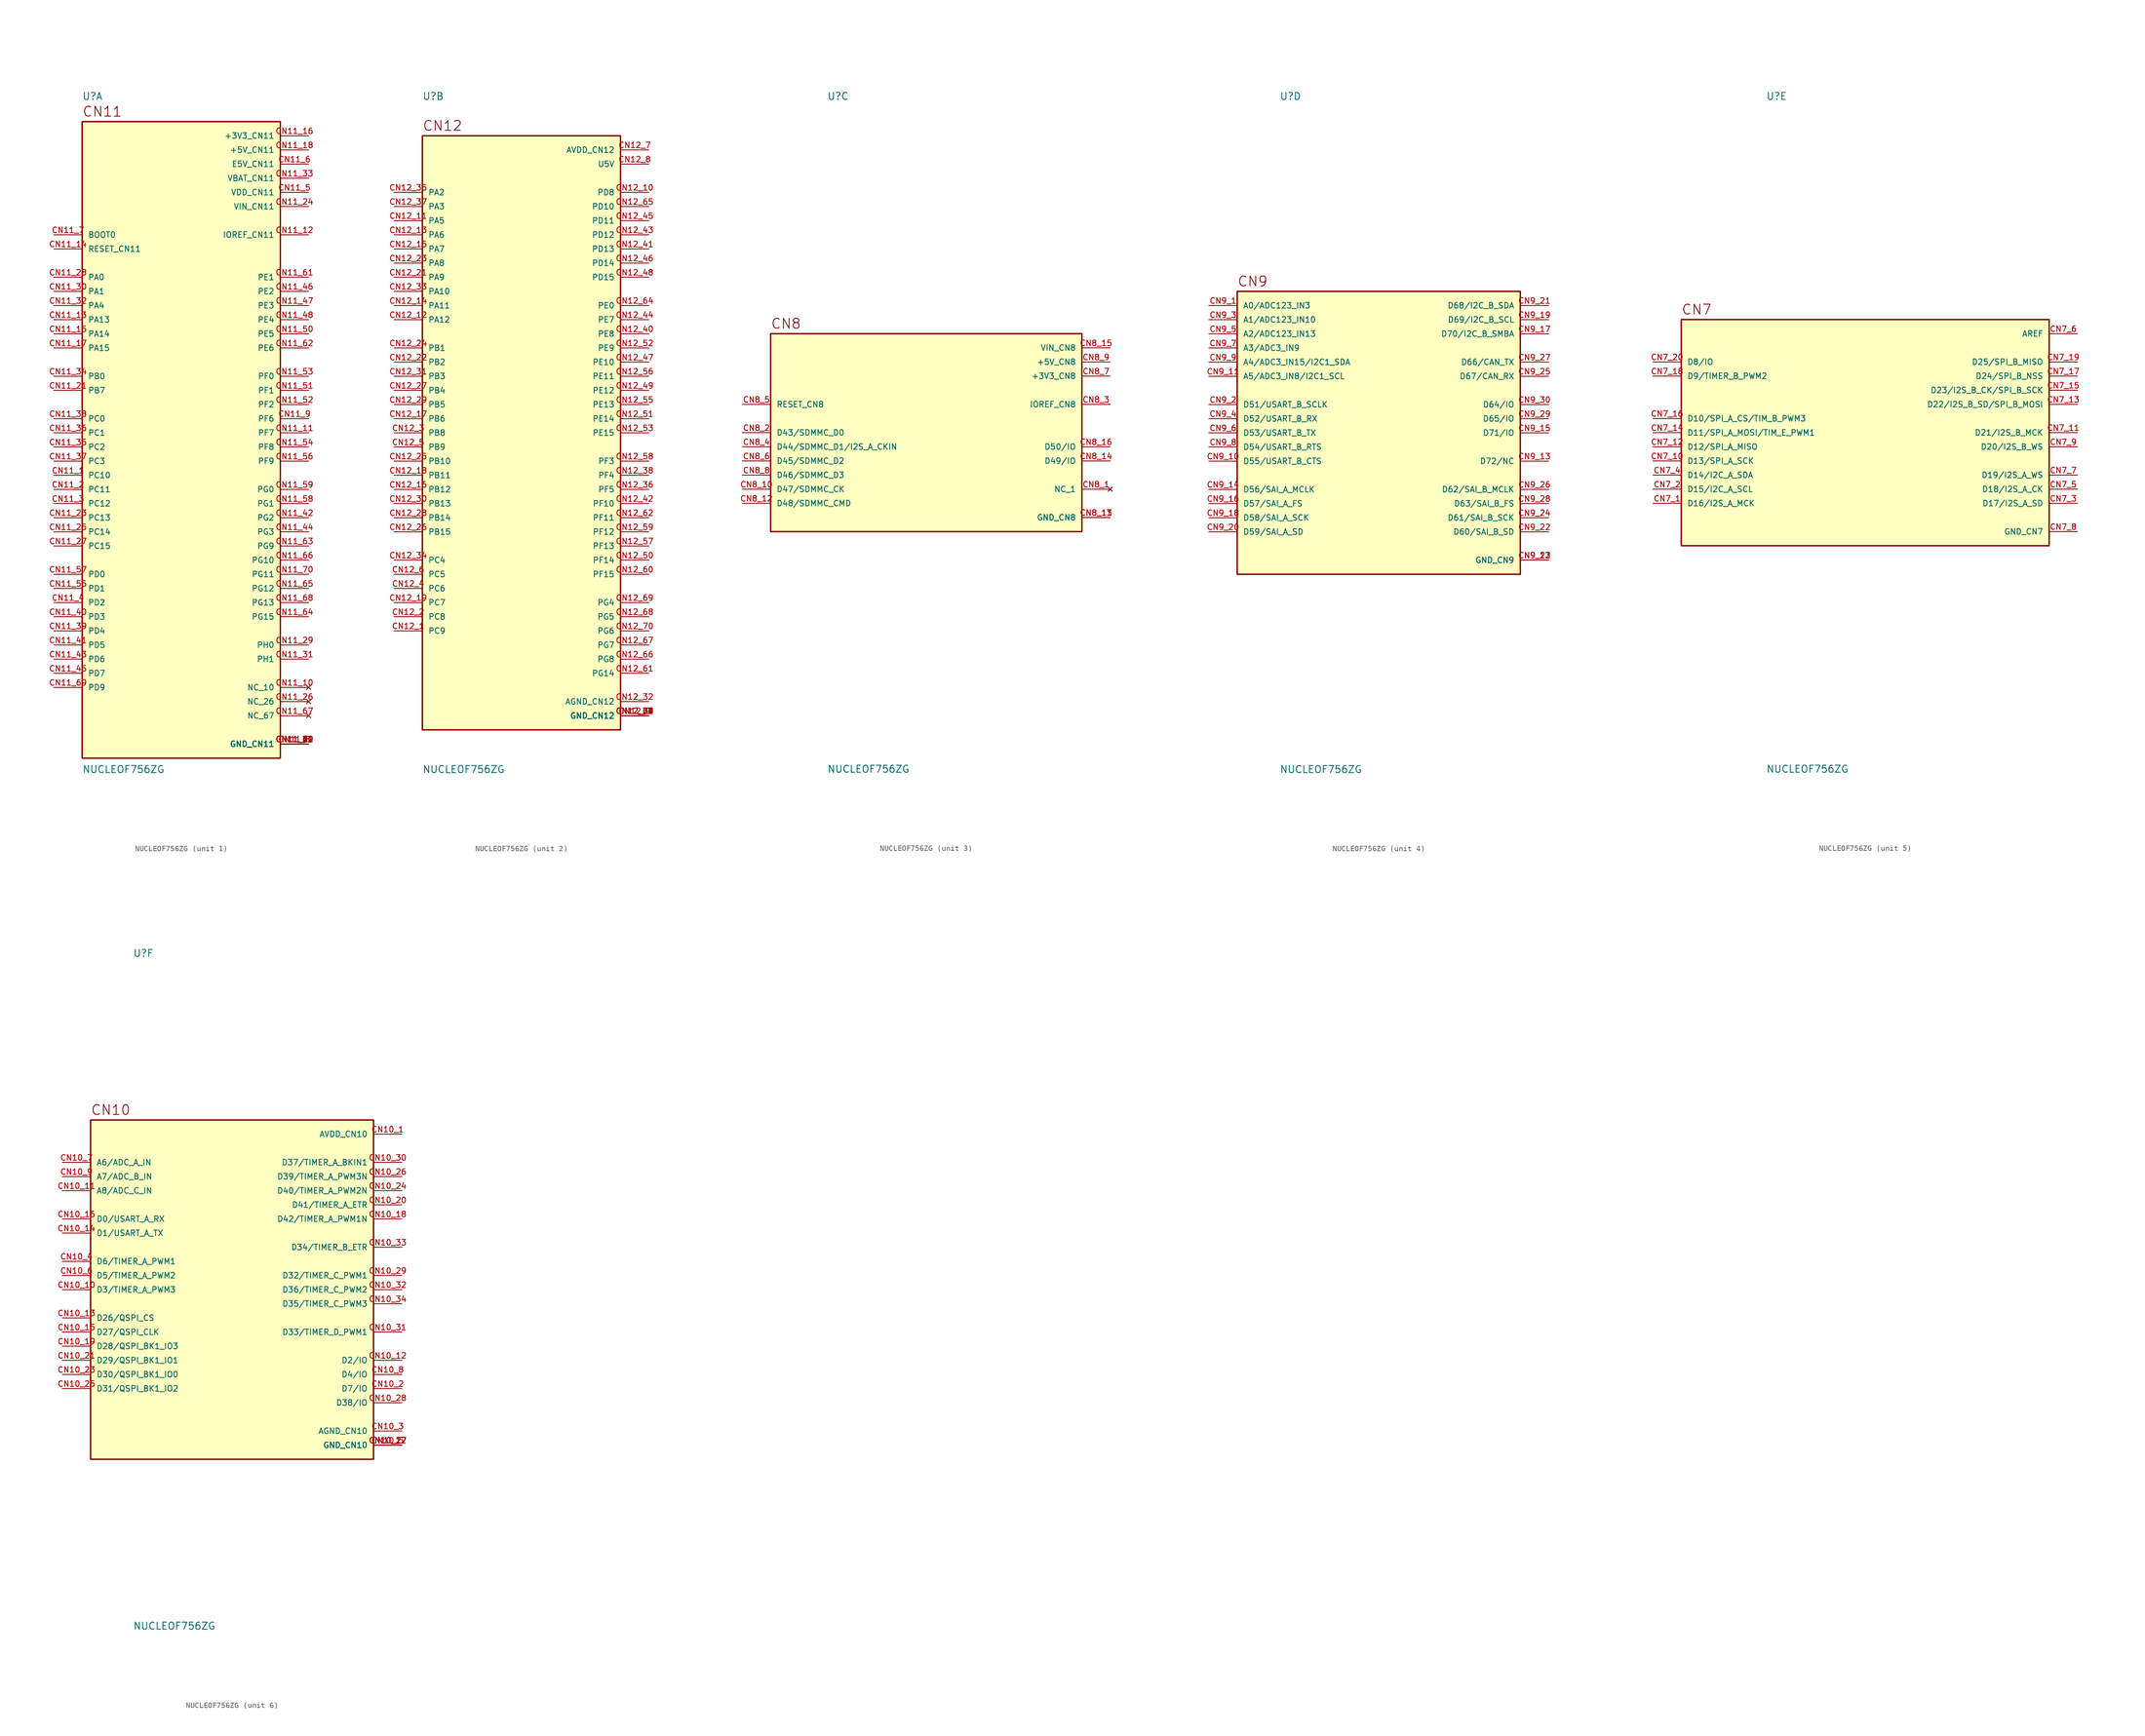
<source format=kicad_sym>
(kicad_symbol_lib
  (version 20211014)
  (generator kicad_symbol_editor)
  (symbol "NUCLEOF756ZG"
    (pin_names
      (offset 1.016))
    (property "Reference" "U"
      (at -17.78 59.69 0)
      (effects (font (size 1.27 1.27)) (justify bottom left)))
    (property "Value" "NUCLEOF756ZG"
      (at -17.78 -59.69 0.0)
      (effects (font (size 1.27 1.27)) (justify top left)))
    (symbol "NUCLEOF756ZG_1_0"
      (text "CN11" (at -17.78 56.642 0) (effects (font (size 1.778 1.778)) (justify bottom left)))
      (rectangle (start -17.78 -58.42) (end 17.78 55.88) (stroke (width 0.254)) (fill (type background)))
      (pin bidirectional line (at -22.86 -7.62 0) (length 5.08) (name "PC10" (effects (font (size 1.016 1.016)))) (number "CN11_1" (effects (font (size 1.016 1.016)))))
      (pin bidirectional line (at -22.86 -10.16 0) (length 5.08) (name "PC11" (effects (font (size 1.016 1.016)))) (number "CN11_2" (effects (font (size 1.016 1.016)))))
      (pin bidirectional line (at -22.86 -12.7 0) (length 5.08) (name "PC12" (effects (font (size 1.016 1.016)))) (number "CN11_3" (effects (font (size 1.016 1.016)))))
      (pin bidirectional line (at -22.86 -30.48 0) (length 5.08) (name "PD2" (effects (font (size 1.016 1.016)))) (number "CN11_4" (effects (font (size 1.016 1.016)))))
      (pin power_in line (at 22.86 43.18 180.0) (length 5.08) (name "VDD_CN11" (effects (font (size 1.016 1.016)))) (number "CN11_5" (effects (font (size 1.016 1.016)))))
      (pin power_in line (at 22.86 48.26 180.0) (length 5.08) (name "E5V_CN11" (effects (font (size 1.016 1.016)))) (number "CN11_6" (effects (font (size 1.016 1.016)))))
      (pin bidirectional line (at -22.86 35.56 0) (length 5.08) (name "BOOT0" (effects (font (size 1.016 1.016)))) (number "CN11_7" (effects (font (size 1.016 1.016)))))
      (pin power_in line (at 22.86 -55.88 180.0) (length 5.08) (name "GND_CN11" (effects (font (size 1.016 1.016)))) (number "CN11_8" (effects (font (size 1.016 1.016)))))
      (pin power_in line (at 22.86 -55.88 180.0) (length 5.08) (name "GND_CN11" (effects (font (size 1.016 1.016)))) (number "CN11_19" (effects (font (size 1.016 1.016)))))
      (pin power_in line (at 22.86 -55.88 180.0) (length 5.08) (name "GND_CN11" (effects (font (size 1.016 1.016)))) (number "CN11_20" (effects (font (size 1.016 1.016)))))
      (pin power_in line (at 22.86 -55.88 180.0) (length 5.08) (name "GND_CN11" (effects (font (size 1.016 1.016)))) (number "CN11_22" (effects (font (size 1.016 1.016)))))
      (pin power_in line (at 22.86 -55.88 180.0) (length 5.08) (name "GND_CN11" (effects (font (size 1.016 1.016)))) (number "CN11_49" (effects (font (size 1.016 1.016)))))
      (pin power_in line (at 22.86 -55.88 180.0) (length 5.08) (name "GND_CN11" (effects (font (size 1.016 1.016)))) (number "CN11_60" (effects (font (size 1.016 1.016)))))
      (pin power_in line (at 22.86 -55.88 180.0) (length 5.08) (name "GND_CN11" (effects (font (size 1.016 1.016)))) (number "CN11_71" (effects (font (size 1.016 1.016)))))
      (pin power_in line (at 22.86 -55.88 180.0) (length 5.08) (name "GND_CN11" (effects (font (size 1.016 1.016)))) (number "CN11_72" (effects (font (size 1.016 1.016)))))
      (pin bidirectional line (at 22.86 2.54 180.0) (length 5.08) (name "PF6" (effects (font (size 1.016 1.016)))) (number "CN11_9" (effects (font (size 1.016 1.016)))))
      (pin bidirectional line (at 22.86 0.0 180.0) (length 5.08) (name "PF7" (effects (font (size 1.016 1.016)))) (number "CN11_11" (effects (font (size 1.016 1.016)))))
      (pin bidirectional line (at 22.86 35.56 180.0) (length 5.08) (name "IOREF_CN11" (effects (font (size 1.016 1.016)))) (number "CN11_12" (effects (font (size 1.016 1.016)))))
      (pin bidirectional line (at -22.86 20.32 0) (length 5.08) (name "PA13" (effects (font (size 1.016 1.016)))) (number "CN11_13" (effects (font (size 1.016 1.016)))))
      (pin bidirectional line (at -22.86 33.02 0) (length 5.08) (name "RESET_CN11" (effects (font (size 1.016 1.016)))) (number "CN11_14" (effects (font (size 1.016 1.016)))))
      (pin bidirectional line (at -22.86 17.78 0) (length 5.08) (name "PA14" (effects (font (size 1.016 1.016)))) (number "CN11_15" (effects (font (size 1.016 1.016)))))
      (pin power_in line (at 22.86 53.34 180.0) (length 5.08) (name "+3V3_CN11" (effects (font (size 1.016 1.016)))) (number "CN11_16" (effects (font (size 1.016 1.016)))))
      (pin bidirectional line (at -22.86 15.24 0) (length 5.08) (name "PA15" (effects (font (size 1.016 1.016)))) (number "CN11_17" (effects (font (size 1.016 1.016)))))
      (pin power_in line (at 22.86 50.8 180.0) (length 5.08) (name "+5V_CN11" (effects (font (size 1.016 1.016)))) (number "CN11_18" (effects (font (size 1.016 1.016)))))
      (pin bidirectional line (at -22.86 7.62 0) (length 5.08) (name "PB7" (effects (font (size 1.016 1.016)))) (number "CN11_21" (effects (font (size 1.016 1.016)))))
      (pin bidirectional line (at -22.86 -15.24 0) (length 5.08) (name "PC13" (effects (font (size 1.016 1.016)))) (number "CN11_23" (effects (font (size 1.016 1.016)))))
      (pin power_in line (at 22.86 40.64 180.0) (length 5.08) (name "VIN_CN11" (effects (font (size 1.016 1.016)))) (number "CN11_24" (effects (font (size 1.016 1.016)))))
      (pin bidirectional line (at -22.86 -17.78 0) (length 5.08) (name "PC14" (effects (font (size 1.016 1.016)))) (number "CN11_25" (effects (font (size 1.016 1.016)))))
      (pin bidirectional line (at -22.86 -20.32 0) (length 5.08) (name "PC15" (effects (font (size 1.016 1.016)))) (number "CN11_27" (effects (font (size 1.016 1.016)))))
      (pin bidirectional line (at -22.86 27.94 0) (length 5.08) (name "PA0" (effects (font (size 1.016 1.016)))) (number "CN11_28" (effects (font (size 1.016 1.016)))))
      (pin bidirectional line (at 22.86 -38.1 180.0) (length 5.08) (name "PH0" (effects (font (size 1.016 1.016)))) (number "CN11_29" (effects (font (size 1.016 1.016)))))
      (pin bidirectional line (at -22.86 25.4 0) (length 5.08) (name "PA1" (effects (font (size 1.016 1.016)))) (number "CN11_30" (effects (font (size 1.016 1.016)))))
      (pin bidirectional line (at 22.86 -40.64 180.0) (length 5.08) (name "PH1" (effects (font (size 1.016 1.016)))) (number "CN11_31" (effects (font (size 1.016 1.016)))))
      (pin bidirectional line (at -22.86 22.86 0) (length 5.08) (name "PA4" (effects (font (size 1.016 1.016)))) (number "CN11_32" (effects (font (size 1.016 1.016)))))
      (pin power_in line (at 22.86 45.72 180.0) (length 5.08) (name "VBAT_CN11" (effects (font (size 1.016 1.016)))) (number "CN11_33" (effects (font (size 1.016 1.016)))))
      (pin bidirectional line (at -22.86 10.16 0) (length 5.08) (name "PB0" (effects (font (size 1.016 1.016)))) (number "CN11_34" (effects (font (size 1.016 1.016)))))
      (pin bidirectional line (at -22.86 -2.54 0) (length 5.08) (name "PC2" (effects (font (size 1.016 1.016)))) (number "CN11_35" (effects (font (size 1.016 1.016)))))
      (pin bidirectional line (at -22.86 0.0 0) (length 5.08) (name "PC1" (effects (font (size 1.016 1.016)))) (number "CN11_36" (effects (font (size 1.016 1.016)))))
      (pin bidirectional line (at -22.86 -5.08 0) (length 5.08) (name "PC3" (effects (font (size 1.016 1.016)))) (number "CN11_37" (effects (font (size 1.016 1.016)))))
      (pin bidirectional line (at -22.86 2.54 0) (length 5.08) (name "PC0" (effects (font (size 1.016 1.016)))) (number "CN11_38" (effects (font (size 1.016 1.016)))))
      (pin bidirectional line (at -22.86 -35.56 0) (length 5.08) (name "PD4" (effects (font (size 1.016 1.016)))) (number "CN11_39" (effects (font (size 1.016 1.016)))))
      (pin bidirectional line (at -22.86 -33.02 0) (length 5.08) (name "PD3" (effects (font (size 1.016 1.016)))) (number "CN11_40" (effects (font (size 1.016 1.016)))))
      (pin bidirectional line (at -22.86 -38.1 0) (length 5.08) (name "PD5" (effects (font (size 1.016 1.016)))) (number "CN11_41" (effects (font (size 1.016 1.016)))))
      (pin bidirectional line (at 22.86 -15.24 180.0) (length 5.08) (name "PG2" (effects (font (size 1.016 1.016)))) (number "CN11_42" (effects (font (size 1.016 1.016)))))
      (pin bidirectional line (at -22.86 -40.64 0) (length 5.08) (name "PD6" (effects (font (size 1.016 1.016)))) (number "CN11_43" (effects (font (size 1.016 1.016)))))
      (pin bidirectional line (at 22.86 -17.78 180.0) (length 5.08) (name "PG3" (effects (font (size 1.016 1.016)))) (number "CN11_44" (effects (font (size 1.016 1.016)))))
      (pin bidirectional line (at -22.86 -43.18 0) (length 5.08) (name "PD7" (effects (font (size 1.016 1.016)))) (number "CN11_45" (effects (font (size 1.016 1.016)))))
      (pin bidirectional line (at 22.86 25.4 180.0) (length 5.08) (name "PE2" (effects (font (size 1.016 1.016)))) (number "CN11_46" (effects (font (size 1.016 1.016)))))
      (pin bidirectional line (at 22.86 22.86 180.0) (length 5.08) (name "PE3" (effects (font (size 1.016 1.016)))) (number "CN11_47" (effects (font (size 1.016 1.016)))))
      (pin bidirectional line (at 22.86 20.32 180.0) (length 5.08) (name "PE4" (effects (font (size 1.016 1.016)))) (number "CN11_48" (effects (font (size 1.016 1.016)))))
      (pin bidirectional line (at 22.86 17.78 180.0) (length 5.08) (name "PE5" (effects (font (size 1.016 1.016)))) (number "CN11_50" (effects (font (size 1.016 1.016)))))
      (pin bidirectional line (at 22.86 7.62 180.0) (length 5.08) (name "PF1" (effects (font (size 1.016 1.016)))) (number "CN11_51" (effects (font (size 1.016 1.016)))))
      (pin bidirectional line (at 22.86 5.08 180.0) (length 5.08) (name "PF2" (effects (font (size 1.016 1.016)))) (number "CN11_52" (effects (font (size 1.016 1.016)))))
      (pin bidirectional line (at 22.86 10.16 180.0) (length 5.08) (name "PF0" (effects (font (size 1.016 1.016)))) (number "CN11_53" (effects (font (size 1.016 1.016)))))
      (pin bidirectional line (at 22.86 -2.54 180.0) (length 5.08) (name "PF8" (effects (font (size 1.016 1.016)))) (number "CN11_54" (effects (font (size 1.016 1.016)))))
      (pin bidirectional line (at -22.86 -27.94 0) (length 5.08) (name "PD1" (effects (font (size 1.016 1.016)))) (number "CN11_55" (effects (font (size 1.016 1.016)))))
      (pin bidirectional line (at 22.86 -5.08 180.0) (length 5.08) (name "PF9" (effects (font (size 1.016 1.016)))) (number "CN11_56" (effects (font (size 1.016 1.016)))))
      (pin bidirectional line (at -22.86 -25.4 0) (length 5.08) (name "PD0" (effects (font (size 1.016 1.016)))) (number "CN11_57" (effects (font (size 1.016 1.016)))))
      (pin bidirectional line (at 22.86 -12.7 180.0) (length 5.08) (name "PG1" (effects (font (size 1.016 1.016)))) (number "CN11_58" (effects (font (size 1.016 1.016)))))
      (pin bidirectional line (at 22.86 -10.16 180.0) (length 5.08) (name "PG0" (effects (font (size 1.016 1.016)))) (number "CN11_59" (effects (font (size 1.016 1.016)))))
      (pin bidirectional line (at 22.86 27.94 180.0) (length 5.08) (name "PE1" (effects (font (size 1.016 1.016)))) (number "CN11_61" (effects (font (size 1.016 1.016)))))
      (pin bidirectional line (at 22.86 15.24 180.0) (length 5.08) (name "PE6" (effects (font (size 1.016 1.016)))) (number "CN11_62" (effects (font (size 1.016 1.016)))))
      (pin bidirectional line (at 22.86 -20.32 180.0) (length 5.08) (name "PG9" (effects (font (size 1.016 1.016)))) (number "CN11_63" (effects (font (size 1.016 1.016)))))
      (pin bidirectional line (at 22.86 -33.02 180.0) (length 5.08) (name "PG15" (effects (font (size 1.016 1.016)))) (number "CN11_64" (effects (font (size 1.016 1.016)))))
      (pin bidirectional line (at 22.86 -27.94 180.0) (length 5.08) (name "PG12" (effects (font (size 1.016 1.016)))) (number "CN11_65" (effects (font (size 1.016 1.016)))))
      (pin bidirectional line (at 22.86 -22.86 180.0) (length 5.08) (name "PG10" (effects (font (size 1.016 1.016)))) (number "CN11_66" (effects (font (size 1.016 1.016)))))
      (pin bidirectional line (at 22.86 -30.48 180.0) (length 5.08) (name "PG13" (effects (font (size 1.016 1.016)))) (number "CN11_68" (effects (font (size 1.016 1.016)))))
      (pin bidirectional line (at -22.86 -45.72 0) (length 5.08) (name "PD9" (effects (font (size 1.016 1.016)))) (number "CN11_69" (effects (font (size 1.016 1.016)))))
      (pin bidirectional line (at 22.86 -25.4 180.0) (length 5.08) (name "PG11" (effects (font (size 1.016 1.016)))) (number "CN11_70" (effects (font (size 1.016 1.016)))))
      (pin no_connect line (at 22.86 -45.72 180.0) (length 5.08) (name "NC_10" (effects (font (size 1.016 1.016)))) (number "CN11_10" (effects (font (size 1.016 1.016)))))
      (pin no_connect line (at 22.86 -48.26 180.0) (length 5.08) (name "NC_26" (effects (font (size 1.016 1.016)))) (number "CN11_26" (effects (font (size 1.016 1.016)))))
      (pin no_connect line (at 22.86 -50.8 180.0) (length 5.08) (name "NC_67" (effects (font (size 1.016 1.016)))) (number "CN11_67" (effects (font (size 1.016 1.016))))))
    (symbol "NUCLEOF756ZG_2_0"
      (text "CN12" (at -17.78 54.102 0) (effects (font (size 1.778 1.778)) (justify bottom left)))
      (rectangle (start -17.78 -53.34) (end 17.78 53.34) (stroke (width 0.254)) (fill (type background)))
      (pin bidirectional line (at -22.86 -35.56 0) (length 5.08) (name "PC9" (effects (font (size 1.016 1.016)))) (number "CN12_1" (effects (font (size 1.016 1.016)))))
      (pin bidirectional line (at -22.86 -33.02 0) (length 5.08) (name "PC8" (effects (font (size 1.016 1.016)))) (number "CN12_2" (effects (font (size 1.016 1.016)))))
      (pin bidirectional line (at -22.86 0.0 0) (length 5.08) (name "PB8" (effects (font (size 1.016 1.016)))) (number "CN12_3" (effects (font (size 1.016 1.016)))))
      (pin bidirectional line (at -22.86 -27.94 0) (length 5.08) (name "PC6" (effects (font (size 1.016 1.016)))) (number "CN12_4" (effects (font (size 1.016 1.016)))))
      (pin bidirectional line (at -22.86 -2.54 0) (length 5.08) (name "PB9" (effects (font (size 1.016 1.016)))) (number "CN12_5" (effects (font (size 1.016 1.016)))))
      (pin bidirectional line (at -22.86 -25.4 0) (length 5.08) (name "PC5" (effects (font (size 1.016 1.016)))) (number "CN12_6" (effects (font (size 1.016 1.016)))))
      (pin power_in line (at 22.86 50.8 180.0) (length 5.08) (name "AVDD_CN12" (effects (font (size 1.016 1.016)))) (number "CN12_7" (effects (font (size 1.016 1.016)))))
      (pin power_in line (at 22.86 48.26 180.0) (length 5.08) (name "U5V" (effects (font (size 1.016 1.016)))) (number "CN12_8" (effects (font (size 1.016 1.016)))))
      (pin power_in line (at 22.86 -50.8 180.0) (length 5.08) (name "GND_CN12" (effects (font (size 1.016 1.016)))) (number "CN12_9" (effects (font (size 1.016 1.016)))))
      (pin power_in line (at 22.86 -50.8 180.0) (length 5.08) (name "GND_CN12" (effects (font (size 1.016 1.016)))) (number "CN12_20" (effects (font (size 1.016 1.016)))))
      (pin power_in line (at 22.86 -50.8 180.0) (length 5.08) (name "GND_CN12" (effects (font (size 1.016 1.016)))) (number "CN12_39" (effects (font (size 1.016 1.016)))))
      (pin power_in line (at 22.86 -50.8 180.0) (length 5.08) (name "GND_CN12" (effects (font (size 1.016 1.016)))) (number "CN12_54" (effects (font (size 1.016 1.016)))))
      (pin power_in line (at 22.86 -50.8 180.0) (length 5.08) (name "GND_CN12" (effects (font (size 1.016 1.016)))) (number "CN12_63" (effects (font (size 1.016 1.016)))))
      (pin power_in line (at 22.86 -50.8 180.0) (length 5.08) (name "GND_CN12" (effects (font (size 1.016 1.016)))) (number "CN12_71" (effects (font (size 1.016 1.016)))))
      (pin power_in line (at 22.86 -50.8 180.0) (length 5.08) (name "GND_CN12" (effects (font (size 1.016 1.016)))) (number "CN12_72" (effects (font (size 1.016 1.016)))))
      (pin bidirectional line (at 22.86 43.18 180.0) (length 5.08) (name "PD8" (effects (font (size 1.016 1.016)))) (number "CN12_10" (effects (font (size 1.016 1.016)))))
      (pin bidirectional line (at -22.86 38.1 0) (length 5.08) (name "PA5" (effects (font (size 1.016 1.016)))) (number "CN12_11" (effects (font (size 1.016 1.016)))))
      (pin bidirectional line (at -22.86 20.32 0) (length 5.08) (name "PA12" (effects (font (size 1.016 1.016)))) (number "CN12_12" (effects (font (size 1.016 1.016)))))
      (pin bidirectional line (at -22.86 35.56 0) (length 5.08) (name "PA6" (effects (font (size 1.016 1.016)))) (number "CN12_13" (effects (font (size 1.016 1.016)))))
      (pin bidirectional line (at -22.86 22.86 0) (length 5.08) (name "PA11" (effects (font (size 1.016 1.016)))) (number "CN12_14" (effects (font (size 1.016 1.016)))))
      (pin bidirectional line (at -22.86 33.02 0) (length 5.08) (name "PA7" (effects (font (size 1.016 1.016)))) (number "CN12_15" (effects (font (size 1.016 1.016)))))
      (pin bidirectional line (at -22.86 -10.16 0) (length 5.08) (name "PB12" (effects (font (size 1.016 1.016)))) (number "CN12_16" (effects (font (size 1.016 1.016)))))
      (pin bidirectional line (at -22.86 2.54 0) (length 5.08) (name "PB6" (effects (font (size 1.016 1.016)))) (number "CN12_17" (effects (font (size 1.016 1.016)))))
      (pin bidirectional line (at -22.86 -7.62 0) (length 5.08) (name "PB11" (effects (font (size 1.016 1.016)))) (number "CN12_18" (effects (font (size 1.016 1.016)))))
      (pin bidirectional line (at -22.86 -30.48 0) (length 5.08) (name "PC7" (effects (font (size 1.016 1.016)))) (number "CN12_19" (effects (font (size 1.016 1.016)))))
      (pin bidirectional line (at -22.86 27.94 0) (length 5.08) (name "PA9" (effects (font (size 1.016 1.016)))) (number "CN12_21" (effects (font (size 1.016 1.016)))))
      (pin bidirectional line (at -22.86 12.7 0) (length 5.08) (name "PB2" (effects (font (size 1.016 1.016)))) (number "CN12_22" (effects (font (size 1.016 1.016)))))
      (pin bidirectional line (at -22.86 30.48 0) (length 5.08) (name "PA8" (effects (font (size 1.016 1.016)))) (number "CN12_23" (effects (font (size 1.016 1.016)))))
      (pin bidirectional line (at -22.86 15.24 0) (length 5.08) (name "PB1" (effects (font (size 1.016 1.016)))) (number "CN12_24" (effects (font (size 1.016 1.016)))))
      (pin bidirectional line (at -22.86 -5.08 0) (length 5.08) (name "PB10" (effects (font (size 1.016 1.016)))) (number "CN12_25" (effects (font (size 1.016 1.016)))))
      (pin bidirectional line (at -22.86 -17.78 0) (length 5.08) (name "PB15" (effects (font (size 1.016 1.016)))) (number "CN12_26" (effects (font (size 1.016 1.016)))))
      (pin bidirectional line (at -22.86 7.62 0) (length 5.08) (name "PB4" (effects (font (size 1.016 1.016)))) (number "CN12_27" (effects (font (size 1.016 1.016)))))
      (pin bidirectional line (at -22.86 -15.24 0) (length 5.08) (name "PB14" (effects (font (size 1.016 1.016)))) (number "CN12_28" (effects (font (size 1.016 1.016)))))
      (pin bidirectional line (at -22.86 5.08 0) (length 5.08) (name "PB5" (effects (font (size 1.016 1.016)))) (number "CN12_29" (effects (font (size 1.016 1.016)))))
      (pin bidirectional line (at -22.86 -12.7 0) (length 5.08) (name "PB13" (effects (font (size 1.016 1.016)))) (number "CN12_30" (effects (font (size 1.016 1.016)))))
      (pin bidirectional line (at -22.86 10.16 0) (length 5.08) (name "PB3" (effects (font (size 1.016 1.016)))) (number "CN12_31" (effects (font (size 1.016 1.016)))))
      (pin power_in line (at 22.86 -48.26 180.0) (length 5.08) (name "AGND_CN12" (effects (font (size 1.016 1.016)))) (number "CN12_32" (effects (font (size 1.016 1.016)))))
      (pin bidirectional line (at -22.86 25.4 0) (length 5.08) (name "PA10" (effects (font (size 1.016 1.016)))) (number "CN12_33" (effects (font (size 1.016 1.016)))))
      (pin bidirectional line (at -22.86 -22.86 0) (length 5.08) (name "PC4" (effects (font (size 1.016 1.016)))) (number "CN12_34" (effects (font (size 1.016 1.016)))))
      (pin bidirectional line (at -22.86 43.18 0) (length 5.08) (name "PA2" (effects (font (size 1.016 1.016)))) (number "CN12_35" (effects (font (size 1.016 1.016)))))
      (pin bidirectional line (at 22.86 -10.16 180.0) (length 5.08) (name "PF5" (effects (font (size 1.016 1.016)))) (number "CN12_36" (effects (font (size 1.016 1.016)))))
      (pin bidirectional line (at -22.86 40.64 0) (length 5.08) (name "PA3" (effects (font (size 1.016 1.016)))) (number "CN12_37" (effects (font (size 1.016 1.016)))))
      (pin bidirectional line (at 22.86 -7.62 180.0) (length 5.08) (name "PF4" (effects (font (size 1.016 1.016)))) (number "CN12_38" (effects (font (size 1.016 1.016)))))
      (pin bidirectional line (at 22.86 17.78 180.0) (length 5.08) (name "PE8" (effects (font (size 1.016 1.016)))) (number "CN12_40" (effects (font (size 1.016 1.016)))))
      (pin bidirectional line (at 22.86 33.02 180.0) (length 5.08) (name "PD13" (effects (font (size 1.016 1.016)))) (number "CN12_41" (effects (font (size 1.016 1.016)))))
      (pin bidirectional line (at 22.86 -12.7 180.0) (length 5.08) (name "PF10" (effects (font (size 1.016 1.016)))) (number "CN12_42" (effects (font (size 1.016 1.016)))))
      (pin bidirectional line (at 22.86 35.56 180.0) (length 5.08) (name "PD12" (effects (font (size 1.016 1.016)))) (number "CN12_43" (effects (font (size 1.016 1.016)))))
      (pin bidirectional line (at 22.86 20.32 180.0) (length 5.08) (name "PE7" (effects (font (size 1.016 1.016)))) (number "CN12_44" (effects (font (size 1.016 1.016)))))
      (pin bidirectional line (at 22.86 38.1 180.0) (length 5.08) (name "PD11" (effects (font (size 1.016 1.016)))) (number "CN12_45" (effects (font (size 1.016 1.016)))))
      (pin bidirectional line (at 22.86 30.48 180.0) (length 5.08) (name "PD14" (effects (font (size 1.016 1.016)))) (number "CN12_46" (effects (font (size 1.016 1.016)))))
      (pin bidirectional line (at 22.86 12.7 180.0) (length 5.08) (name "PE10" (effects (font (size 1.016 1.016)))) (number "CN12_47" (effects (font (size 1.016 1.016)))))
      (pin bidirectional line (at 22.86 27.94 180.0) (length 5.08) (name "PD15" (effects (font (size 1.016 1.016)))) (number "CN12_48" (effects (font (size 1.016 1.016)))))
      (pin bidirectional line (at 22.86 7.62 180.0) (length 5.08) (name "PE12" (effects (font (size 1.016 1.016)))) (number "CN12_49" (effects (font (size 1.016 1.016)))))
      (pin bidirectional line (at 22.86 -22.86 180.0) (length 5.08) (name "PF14" (effects (font (size 1.016 1.016)))) (number "CN12_50" (effects (font (size 1.016 1.016)))))
      (pin bidirectional line (at 22.86 2.54 180.0) (length 5.08) (name "PE14" (effects (font (size 1.016 1.016)))) (number "CN12_51" (effects (font (size 1.016 1.016)))))
      (pin bidirectional line (at 22.86 15.24 180.0) (length 5.08) (name "PE9" (effects (font (size 1.016 1.016)))) (number "CN12_52" (effects (font (size 1.016 1.016)))))
      (pin bidirectional line (at 22.86 0.0 180.0) (length 5.08) (name "PE15" (effects (font (size 1.016 1.016)))) (number "CN12_53" (effects (font (size 1.016 1.016)))))
      (pin bidirectional line (at 22.86 5.08 180.0) (length 5.08) (name "PE13" (effects (font (size 1.016 1.016)))) (number "CN12_55" (effects (font (size 1.016 1.016)))))
      (pin bidirectional line (at 22.86 10.16 180.0) (length 5.08) (name "PE11" (effects (font (size 1.016 1.016)))) (number "CN12_56" (effects (font (size 1.016 1.016)))))
      (pin bidirectional line (at 22.86 -20.32 180.0) (length 5.08) (name "PF13" (effects (font (size 1.016 1.016)))) (number "CN12_57" (effects (font (size 1.016 1.016)))))
      (pin bidirectional line (at 22.86 -5.08 180.0) (length 5.08) (name "PF3" (effects (font (size 1.016 1.016)))) (number "CN12_58" (effects (font (size 1.016 1.016)))))
      (pin bidirectional line (at 22.86 -17.78 180.0) (length 5.08) (name "PF12" (effects (font (size 1.016 1.016)))) (number "CN12_59" (effects (font (size 1.016 1.016)))))
      (pin bidirectional line (at 22.86 -25.4 180.0) (length 5.08) (name "PF15" (effects (font (size 1.016 1.016)))) (number "CN12_60" (effects (font (size 1.016 1.016)))))
      (pin bidirectional line (at 22.86 -43.18 180.0) (length 5.08) (name "PG14" (effects (font (size 1.016 1.016)))) (number "CN12_61" (effects (font (size 1.016 1.016)))))
      (pin bidirectional line (at 22.86 -15.24 180.0) (length 5.08) (name "PF11" (effects (font (size 1.016 1.016)))) (number "CN12_62" (effects (font (size 1.016 1.016)))))
      (pin bidirectional line (at 22.86 22.86 180.0) (length 5.08) (name "PE0" (effects (font (size 1.016 1.016)))) (number "CN12_64" (effects (font (size 1.016 1.016)))))
      (pin bidirectional line (at 22.86 40.64 180.0) (length 5.08) (name "PD10" (effects (font (size 1.016 1.016)))) (number "CN12_65" (effects (font (size 1.016 1.016)))))
      (pin bidirectional line (at 22.86 -40.64 180.0) (length 5.08) (name "PG8" (effects (font (size 1.016 1.016)))) (number "CN12_66" (effects (font (size 1.016 1.016)))))
      (pin bidirectional line (at 22.86 -38.1 180.0) (length 5.08) (name "PG7" (effects (font (size 1.016 1.016)))) (number "CN12_67" (effects (font (size 1.016 1.016)))))
      (pin bidirectional line (at 22.86 -33.02 180.0) (length 5.08) (name "PG5" (effects (font (size 1.016 1.016)))) (number "CN12_68" (effects (font (size 1.016 1.016)))))
      (pin bidirectional line (at 22.86 -30.48 180.0) (length 5.08) (name "PG4" (effects (font (size 1.016 1.016)))) (number "CN12_69" (effects (font (size 1.016 1.016)))))
      (pin bidirectional line (at 22.86 -35.56 180.0) (length 5.08) (name "PG6" (effects (font (size 1.016 1.016)))) (number "CN12_70" (effects (font (size 1.016 1.016))))))
    (symbol "NUCLEOF756ZG_3_0"
      (text "CN8" (at -27.94 18.542 0) (effects (font (size 1.778 1.778)) (justify bottom left)))
      (rectangle (start -27.94 -17.78) (end 27.94 17.78) (stroke (width 0.254)) (fill (type background)))
      (pin bidirectional line (at -33.02 0.0 0) (length 5.08) (name "D43/SDMMC_D0" (effects (font (size 1.016 1.016)))) (number "CN8_2" (effects (font (size 1.016 1.016)))))
      (pin bidirectional line (at 33.02 5.08 180.0) (length 5.08) (name "IOREF_CN8" (effects (font (size 1.016 1.016)))) (number "CN8_3" (effects (font (size 1.016 1.016)))))
      (pin bidirectional line (at -33.02 -2.54 0) (length 5.08) (name "D44/SDMMC_D1/I2S_A_CKIN" (effects (font (size 1.016 1.016)))) (number "CN8_4" (effects (font (size 1.016 1.016)))))
      (pin bidirectional line (at -33.02 5.08 0) (length 5.08) (name "RESET_CN8" (effects (font (size 1.016 1.016)))) (number "CN8_5" (effects (font (size 1.016 1.016)))))
      (pin bidirectional line (at -33.02 -5.08 0) (length 5.08) (name "D45/SDMMC_D2" (effects (font (size 1.016 1.016)))) (number "CN8_6" (effects (font (size 1.016 1.016)))))
      (pin power_in line (at 33.02 10.16 180.0) (length 5.08) (name "+3V3_CN8" (effects (font (size 1.016 1.016)))) (number "CN8_7" (effects (font (size 1.016 1.016)))))
      (pin bidirectional line (at -33.02 -7.62 0) (length 5.08) (name "D46/SDMMC_D3" (effects (font (size 1.016 1.016)))) (number "CN8_8" (effects (font (size 1.016 1.016)))))
      (pin power_in line (at 33.02 12.7 180.0) (length 5.08) (name "+5V_CN8" (effects (font (size 1.016 1.016)))) (number "CN8_9" (effects (font (size 1.016 1.016)))))
      (pin bidirectional line (at -33.02 -10.16 0) (length 5.08) (name "D47/SDMMC_CK" (effects (font (size 1.016 1.016)))) (number "CN8_10" (effects (font (size 1.016 1.016)))))
      (pin power_in line (at 33.02 -15.24 180.0) (length 5.08) (name "GND_CN8" (effects (font (size 1.016 1.016)))) (number "CN8_11" (effects (font (size 1.016 1.016)))))
      (pin power_in line (at 33.02 -15.24 180.0) (length 5.08) (name "GND_CN8" (effects (font (size 1.016 1.016)))) (number "CN8_13" (effects (font (size 1.016 1.016)))))
      (pin bidirectional line (at -33.02 -12.7 0) (length 5.08) (name "D48/SDMMC_CMD" (effects (font (size 1.016 1.016)))) (number "CN8_12" (effects (font (size 1.016 1.016)))))
      (pin bidirectional line (at 33.02 -5.08 180.0) (length 5.08) (name "D49/IO" (effects (font (size 1.016 1.016)))) (number "CN8_14" (effects (font (size 1.016 1.016)))))
      (pin power_in line (at 33.02 15.24 180.0) (length 5.08) (name "VIN_CN8" (effects (font (size 1.016 1.016)))) (number "CN8_15" (effects (font (size 1.016 1.016)))))
      (pin bidirectional line (at 33.02 -2.54 180.0) (length 5.08) (name "D50/IO" (effects (font (size 1.016 1.016)))) (number "CN8_16" (effects (font (size 1.016 1.016)))))
      (pin no_connect line (at 33.02 -10.16 180.0) (length 5.08) (name "NC_1" (effects (font (size 1.016 1.016)))) (number "CN8_1" (effects (font (size 1.016 1.016))))))
    (symbol "NUCLEOF756ZG_4_0"
      (text "CN9" (at -25.4 26.162 0) (effects (font (size 1.778 1.778)) (justify bottom left)))
      (rectangle (start -25.4 -25.4) (end 25.4 25.4) (stroke (width 0.254)) (fill (type background)))
      (pin input line (at -30.48 22.86 0) (length 5.08) (name "A0/ADC123_IN3" (effects (font (size 1.016 1.016)))) (number "CN9_1" (effects (font (size 1.016 1.016)))))
      (pin bidirectional line (at -30.48 5.08 0) (length 5.08) (name "D51/USART_B_SCLK" (effects (font (size 1.016 1.016)))) (number "CN9_2" (effects (font (size 1.016 1.016)))))
      (pin input line (at -30.48 20.32 0) (length 5.08) (name "A1/ADC123_IN10" (effects (font (size 1.016 1.016)))) (number "CN9_3" (effects (font (size 1.016 1.016)))))
      (pin bidirectional line (at -30.48 2.54 0) (length 5.08) (name "D52/USART_B_RX" (effects (font (size 1.016 1.016)))) (number "CN9_4" (effects (font (size 1.016 1.016)))))
      (pin input line (at -30.48 17.78 0) (length 5.08) (name "A2/ADC123_IN13" (effects (font (size 1.016 1.016)))) (number "CN9_5" (effects (font (size 1.016 1.016)))))
      (pin bidirectional line (at -30.48 0.0 0) (length 5.08) (name "D53/USART_B_TX" (effects (font (size 1.016 1.016)))) (number "CN9_6" (effects (font (size 1.016 1.016)))))
      (pin input line (at -30.48 15.24 0) (length 5.08) (name "A3/ADC3_IN9" (effects (font (size 1.016 1.016)))) (number "CN9_7" (effects (font (size 1.016 1.016)))))
      (pin bidirectional line (at -30.48 -2.54 0) (length 5.08) (name "D54/USART_B_RTS" (effects (font (size 1.016 1.016)))) (number "CN9_8" (effects (font (size 1.016 1.016)))))
      (pin input line (at -30.48 12.7 0) (length 5.08) (name "A4/ADC3_IN15/I2C1_SDA" (effects (font (size 1.016 1.016)))) (number "CN9_9" (effects (font (size 1.016 1.016)))))
      (pin bidirectional line (at -30.48 -5.08 0) (length 5.08) (name "D55/USART_B_CTS" (effects (font (size 1.016 1.016)))) (number "CN9_10" (effects (font (size 1.016 1.016)))))
      (pin input line (at -30.48 10.16 0) (length 5.08) (name "A5/ADC3_IN8/I2C1_SCL" (effects (font (size 1.016 1.016)))) (number "CN9_11" (effects (font (size 1.016 1.016)))))
      (pin power_in line (at 30.48 -22.86 180.0) (length 5.08) (name "GND_CN9" (effects (font (size 1.016 1.016)))) (number "CN9_12" (effects (font (size 1.016 1.016)))))
      (pin power_in line (at 30.48 -22.86 180.0) (length 5.08) (name "GND_CN9" (effects (font (size 1.016 1.016)))) (number "CN9_23" (effects (font (size 1.016 1.016)))))
      (pin bidirectional line (at 30.48 -5.08 180.0) (length 5.08) (name "D72/NC" (effects (font (size 1.016 1.016)))) (number "CN9_13" (effects (font (size 1.016 1.016)))))
      (pin bidirectional line (at -30.48 -10.16 0) (length 5.08) (name "D56/SAI_A_MCLK" (effects (font (size 1.016 1.016)))) (number "CN9_14" (effects (font (size 1.016 1.016)))))
      (pin bidirectional line (at 30.48 0.0 180.0) (length 5.08) (name "D71/IO" (effects (font (size 1.016 1.016)))) (number "CN9_15" (effects (font (size 1.016 1.016)))))
      (pin bidirectional line (at -30.48 -12.7 0) (length 5.08) (name "D57/SAI_A_FS" (effects (font (size 1.016 1.016)))) (number "CN9_16" (effects (font (size 1.016 1.016)))))
      (pin bidirectional line (at 30.48 17.78 180.0) (length 5.08) (name "D70/I2C_B_SMBA" (effects (font (size 1.016 1.016)))) (number "CN9_17" (effects (font (size 1.016 1.016)))))
      (pin bidirectional line (at -30.48 -15.24 0) (length 5.08) (name "D58/SAI_A_SCK" (effects (font (size 1.016 1.016)))) (number "CN9_18" (effects (font (size 1.016 1.016)))))
      (pin bidirectional line (at 30.48 20.32 180.0) (length 5.08) (name "D69/I2C_B_SCL" (effects (font (size 1.016 1.016)))) (number "CN9_19" (effects (font (size 1.016 1.016)))))
      (pin bidirectional line (at -30.48 -17.78 0) (length 5.08) (name "D59/SAI_A_SD" (effects (font (size 1.016 1.016)))) (number "CN9_20" (effects (font (size 1.016 1.016)))))
      (pin bidirectional line (at 30.48 22.86 180.0) (length 5.08) (name "D68/I2C_B_SDA" (effects (font (size 1.016 1.016)))) (number "CN9_21" (effects (font (size 1.016 1.016)))))
      (pin bidirectional line (at 30.48 -17.78 180.0) (length 5.08) (name "D60/SAI_B_SD" (effects (font (size 1.016 1.016)))) (number "CN9_22" (effects (font (size 1.016 1.016)))))
      (pin bidirectional line (at 30.48 -15.24 180.0) (length 5.08) (name "D61/SAI_B_SCK" (effects (font (size 1.016 1.016)))) (number "CN9_24" (effects (font (size 1.016 1.016)))))
      (pin input line (at 30.48 10.16 180.0) (length 5.08) (name "D67/CAN_RX" (effects (font (size 1.016 1.016)))) (number "CN9_25" (effects (font (size 1.016 1.016)))))
      (pin bidirectional line (at 30.48 -10.16 180.0) (length 5.08) (name "D62/SAI_B_MCLK" (effects (font (size 1.016 1.016)))) (number "CN9_26" (effects (font (size 1.016 1.016)))))
      (pin output line (at 30.48 12.7 180.0) (length 5.08) (name "D66/CAN_TX" (effects (font (size 1.016 1.016)))) (number "CN9_27" (effects (font (size 1.016 1.016)))))
      (pin bidirectional line (at 30.48 -12.7 180.0) (length 5.08) (name "D63/SAI_B_FS" (effects (font (size 1.016 1.016)))) (number "CN9_28" (effects (font (size 1.016 1.016)))))
      (pin bidirectional line (at 30.48 2.54 180.0) (length 5.08) (name "D65/IO" (effects (font (size 1.016 1.016)))) (number "CN9_29" (effects (font (size 1.016 1.016)))))
      (pin bidirectional line (at 30.48 5.08 180.0) (length 5.08) (name "D64/IO" (effects (font (size 1.016 1.016)))) (number "CN9_30" (effects (font (size 1.016 1.016))))))
    (symbol "NUCLEOF756ZG_5_0"
      (text "CN7" (at -33.02 21.082 0) (effects (font (size 1.778 1.778)) (justify bottom left)))
      (rectangle (start -33.02 -20.32) (end 33.02 20.32) (stroke (width 0.254)) (fill (type background)))
      (pin bidirectional line (at -38.1 -12.7 0) (length 5.08) (name "D16/I2S_A_MCK" (effects (font (size 1.016 1.016)))) (number "CN7_1" (effects (font (size 1.016 1.016)))))
      (pin bidirectional line (at -38.1 -10.16 0) (length 5.08) (name "D15/I2C_A_SCL" (effects (font (size 1.016 1.016)))) (number "CN7_2" (effects (font (size 1.016 1.016)))))
      (pin bidirectional line (at 38.1 -12.7 180.0) (length 5.08) (name "D17/I2S_A_SD" (effects (font (size 1.016 1.016)))) (number "CN7_3" (effects (font (size 1.016 1.016)))))
      (pin bidirectional line (at -38.1 -7.62 0) (length 5.08) (name "D14/I2C_A_SDA" (effects (font (size 1.016 1.016)))) (number "CN7_4" (effects (font (size 1.016 1.016)))))
      (pin bidirectional line (at 38.1 -10.16 180.0) (length 5.08) (name "D18/I2S_A_CK" (effects (font (size 1.016 1.016)))) (number "CN7_5" (effects (font (size 1.016 1.016)))))
      (pin power_in line (at 38.1 17.78 180.0) (length 5.08) (name "AREF" (effects (font (size 1.016 1.016)))) (number "CN7_6" (effects (font (size 1.016 1.016)))))
      (pin bidirectional line (at 38.1 -7.62 180.0) (length 5.08) (name "D19/I2S_A_WS" (effects (font (size 1.016 1.016)))) (number "CN7_7" (effects (font (size 1.016 1.016)))))
      (pin power_in line (at 38.1 -17.78 180.0) (length 5.08) (name "GND_CN7" (effects (font (size 1.016 1.016)))) (number "CN7_8" (effects (font (size 1.016 1.016)))))
      (pin bidirectional line (at 38.1 -2.54 180.0) (length 5.08) (name "D20/I2S_B_WS" (effects (font (size 1.016 1.016)))) (number "CN7_9" (effects (font (size 1.016 1.016)))))
      (pin bidirectional line (at -38.1 -5.08 0) (length 5.08) (name "D13/SPI_A_SCK" (effects (font (size 1.016 1.016)))) (number "CN7_10" (effects (font (size 1.016 1.016)))))
      (pin bidirectional line (at 38.1 0.0 180.0) (length 5.08) (name "D21/I2S_B_MCK" (effects (font (size 1.016 1.016)))) (number "CN7_11" (effects (font (size 1.016 1.016)))))
      (pin bidirectional line (at -38.1 -2.54 0) (length 5.08) (name "D12/SPI_A_MISO" (effects (font (size 1.016 1.016)))) (number "CN7_12" (effects (font (size 1.016 1.016)))))
      (pin bidirectional line (at 38.1 5.08 180.0) (length 5.08) (name "D22/I2S_B_SD/SPI_B_MOSI" (effects (font (size 1.016 1.016)))) (number "CN7_13" (effects (font (size 1.016 1.016)))))
      (pin bidirectional line (at -38.1 0.0 0) (length 5.08) (name "D11/SPI_A_MOSI/TIM_E_PWM1" (effects (font (size 1.016 1.016)))) (number "CN7_14" (effects (font (size 1.016 1.016)))))
      (pin bidirectional line (at 38.1 7.62 180.0) (length 5.08) (name "D23/I2S_B_CK/SPI_B_SCK" (effects (font (size 1.016 1.016)))) (number "CN7_15" (effects (font (size 1.016 1.016)))))
      (pin bidirectional line (at -38.1 2.54 0) (length 5.08) (name "D10/SPI_A_CS/TIM_B_PWM3" (effects (font (size 1.016 1.016)))) (number "CN7_16" (effects (font (size 1.016 1.016)))))
      (pin bidirectional line (at 38.1 10.16 180.0) (length 5.08) (name "D24/SPI_B_NSS" (effects (font (size 1.016 1.016)))) (number "CN7_17" (effects (font (size 1.016 1.016)))))
      (pin bidirectional line (at -38.1 10.16 0) (length 5.08) (name "D9/TIMER_B_PWM2" (effects (font (size 1.016 1.016)))) (number "CN7_18" (effects (font (size 1.016 1.016)))))
      (pin bidirectional line (at 38.1 12.7 180.0) (length 5.08) (name "D25/SPI_B_MISO" (effects (font (size 1.016 1.016)))) (number "CN7_19" (effects (font (size 1.016 1.016)))))
      (pin bidirectional line (at -38.1 12.7 0) (length 5.08) (name "D8/IO" (effects (font (size 1.016 1.016)))) (number "CN7_20" (effects (font (size 1.016 1.016))))))
    (symbol "NUCLEOF756ZG_6_0"
      (text "CN10" (at -25.4 31.242 0) (effects (font (size 1.778 1.778)) (justify bottom left)))
      (rectangle (start -25.4 -30.48) (end 25.4 30.48) (stroke (width 0.254)) (fill (type background)))
      (pin power_in line (at 30.48 27.94 180.0) (length 5.08) (name "AVDD_CN10" (effects (font (size 1.016 1.016)))) (number "CN10_1" (effects (font (size 1.016 1.016)))))
      (pin bidirectional line (at 30.48 -17.78 180.0) (length 5.08) (name "D7/IO" (effects (font (size 1.016 1.016)))) (number "CN10_2" (effects (font (size 1.016 1.016)))))
      (pin power_in line (at 30.48 -25.4 180.0) (length 5.08) (name "AGND_CN10" (effects (font (size 1.016 1.016)))) (number "CN10_3" (effects (font (size 1.016 1.016)))))
      (pin bidirectional line (at -30.48 5.08 0) (length 5.08) (name "D6/TIMER_A_PWM1" (effects (font (size 1.016 1.016)))) (number "CN10_4" (effects (font (size 1.016 1.016)))))
      (pin power_in line (at 30.48 -27.94 180.0) (length 5.08) (name "GND_CN10" (effects (font (size 1.016 1.016)))) (number "CN10_5" (effects (font (size 1.016 1.016)))))
      (pin power_in line (at 30.48 -27.94 180.0) (length 5.08) (name "GND_CN10" (effects (font (size 1.016 1.016)))) (number "CN10_17" (effects (font (size 1.016 1.016)))))
      (pin power_in line (at 30.48 -27.94 180.0) (length 5.08) (name "GND_CN10" (effects (font (size 1.016 1.016)))) (number "CN10_22" (effects (font (size 1.016 1.016)))))
      (pin power_in line (at 30.48 -27.94 180.0) (length 5.08) (name "GND_CN10" (effects (font (size 1.016 1.016)))) (number "CN10_27" (effects (font (size 1.016 1.016)))))
      (pin bidirectional line (at -30.48 2.54 0) (length 5.08) (name "D5/TIMER_A_PWM2" (effects (font (size 1.016 1.016)))) (number "CN10_6" (effects (font (size 1.016 1.016)))))
      (pin input line (at -30.48 22.86 0) (length 5.08) (name "A6/ADC_A_IN" (effects (font (size 1.016 1.016)))) (number "CN10_7" (effects (font (size 1.016 1.016)))))
      (pin bidirectional line (at 30.48 -15.24 180.0) (length 5.08) (name "D4/IO" (effects (font (size 1.016 1.016)))) (number "CN10_8" (effects (font (size 1.016 1.016)))))
      (pin input line (at -30.48 20.32 0) (length 5.08) (name "A7/ADC_B_IN" (effects (font (size 1.016 1.016)))) (number "CN10_9" (effects (font (size 1.016 1.016)))))
      (pin bidirectional line (at -30.48 0.0 0) (length 5.08) (name "D3/TIMER_A_PWM3" (effects (font (size 1.016 1.016)))) (number "CN10_10" (effects (font (size 1.016 1.016)))))
      (pin input line (at -30.48 17.78 0) (length 5.08) (name "A8/ADC_C_IN" (effects (font (size 1.016 1.016)))) (number "CN10_11" (effects (font (size 1.016 1.016)))))
      (pin bidirectional line (at 30.48 -12.7 180.0) (length 5.08) (name "D2/IO" (effects (font (size 1.016 1.016)))) (number "CN10_12" (effects (font (size 1.016 1.016)))))
      (pin bidirectional line (at -30.48 -5.08 0) (length 5.08) (name "D26/QSPI_CS" (effects (font (size 1.016 1.016)))) (number "CN10_13" (effects (font (size 1.016 1.016)))))
      (pin output line (at -30.48 10.16 0) (length 5.08) (name "D1/USART_A_TX" (effects (font (size 1.016 1.016)))) (number "CN10_14" (effects (font (size 1.016 1.016)))))
      (pin bidirectional line (at -30.48 -7.62 0) (length 5.08) (name "D27/QSPI_CLK" (effects (font (size 1.016 1.016)))) (number "CN10_15" (effects (font (size 1.016 1.016)))))
      (pin input line (at -30.48 12.7 0) (length 5.08) (name "D0/USART_A_RX" (effects (font (size 1.016 1.016)))) (number "CN10_16" (effects (font (size 1.016 1.016)))))
      (pin bidirectional line (at 30.48 12.7 180.0) (length 5.08) (name "D42/TIMER_A_PWM1N" (effects (font (size 1.016 1.016)))) (number "CN10_18" (effects (font (size 1.016 1.016)))))
      (pin bidirectional line (at -30.48 -10.16 0) (length 5.08) (name "D28/QSPI_BK1_IO3" (effects (font (size 1.016 1.016)))) (number "CN10_19" (effects (font (size 1.016 1.016)))))
      (pin bidirectional line (at 30.48 15.24 180.0) (length 5.08) (name "D41/TIMER_A_ETR" (effects (font (size 1.016 1.016)))) (number "CN10_20" (effects (font (size 1.016 1.016)))))
      (pin bidirectional line (at -30.48 -12.7 0) (length 5.08) (name "D29/QSPI_BK1_IO1" (effects (font (size 1.016 1.016)))) (number "CN10_21" (effects (font (size 1.016 1.016)))))
      (pin bidirectional line (at -30.48 -15.24 0) (length 5.08) (name "D30/QSPI_BK1_IO0" (effects (font (size 1.016 1.016)))) (number "CN10_23" (effects (font (size 1.016 1.016)))))
      (pin bidirectional line (at 30.48 17.78 180.0) (length 5.08) (name "D40/TIMER_A_PWM2N" (effects (font (size 1.016 1.016)))) (number "CN10_24" (effects (font (size 1.016 1.016)))))
      (pin bidirectional line (at -30.48 -17.78 0) (length 5.08) (name "D31/QSPI_BK1_IO2" (effects (font (size 1.016 1.016)))) (number "CN10_25" (effects (font (size 1.016 1.016)))))
      (pin bidirectional line (at 30.48 20.32 180.0) (length 5.08) (name "D39/TIMER_A_PWM3N" (effects (font (size 1.016 1.016)))) (number "CN10_26" (effects (font (size 1.016 1.016)))))
      (pin bidirectional line (at 30.48 -20.32 180.0) (length 5.08) (name "D38/IO" (effects (font (size 1.016 1.016)))) (number "CN10_28" (effects (font (size 1.016 1.016)))))
      (pin bidirectional line (at 30.48 2.54 180.0) (length 5.08) (name "D32/TIMER_C_PWM1" (effects (font (size 1.016 1.016)))) (number "CN10_29" (effects (font (size 1.016 1.016)))))
      (pin bidirectional line (at 30.48 22.86 180.0) (length 5.08) (name "D37/TIMER_A_BKIN1" (effects (font (size 1.016 1.016)))) (number "CN10_30" (effects (font (size 1.016 1.016)))))
      (pin bidirectional line (at 30.48 -7.62 180.0) (length 5.08) (name "D33/TIMER_D_PWM1" (effects (font (size 1.016 1.016)))) (number "CN10_31" (effects (font (size 1.016 1.016)))))
      (pin bidirectional line (at 30.48 0.0 180.0) (length 5.08) (name "D36/TIMER_C_PWM2" (effects (font (size 1.016 1.016)))) (number "CN10_32" (effects (font (size 1.016 1.016)))))
      (pin bidirectional line (at 30.48 7.62 180.0) (length 5.08) (name "D34/TIMER_B_ETR" (effects (font (size 1.016 1.016)))) (number "CN10_33" (effects (font (size 1.016 1.016)))))
      (pin bidirectional line (at 30.48 -2.54 180.0) (length 5.08) (name "D35/TIMER_C_PWM3" (effects (font (size 1.016 1.016)))) (number "CN10_34" (effects (font (size 1.016 1.016))))))))
</source>
